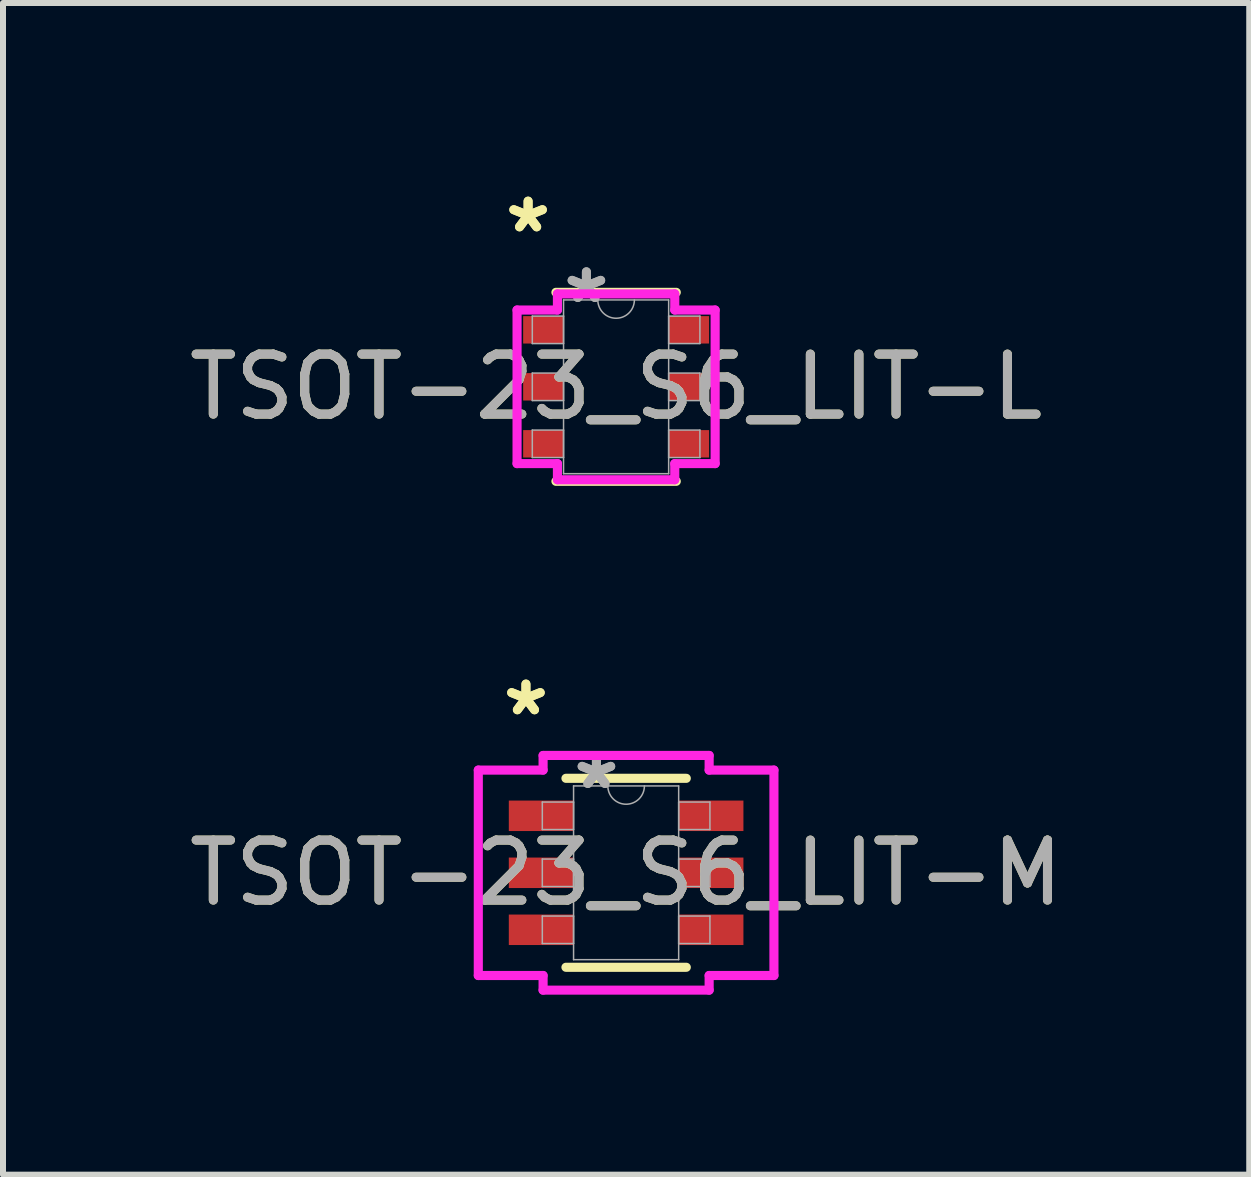
<source format=kicad_pcb>
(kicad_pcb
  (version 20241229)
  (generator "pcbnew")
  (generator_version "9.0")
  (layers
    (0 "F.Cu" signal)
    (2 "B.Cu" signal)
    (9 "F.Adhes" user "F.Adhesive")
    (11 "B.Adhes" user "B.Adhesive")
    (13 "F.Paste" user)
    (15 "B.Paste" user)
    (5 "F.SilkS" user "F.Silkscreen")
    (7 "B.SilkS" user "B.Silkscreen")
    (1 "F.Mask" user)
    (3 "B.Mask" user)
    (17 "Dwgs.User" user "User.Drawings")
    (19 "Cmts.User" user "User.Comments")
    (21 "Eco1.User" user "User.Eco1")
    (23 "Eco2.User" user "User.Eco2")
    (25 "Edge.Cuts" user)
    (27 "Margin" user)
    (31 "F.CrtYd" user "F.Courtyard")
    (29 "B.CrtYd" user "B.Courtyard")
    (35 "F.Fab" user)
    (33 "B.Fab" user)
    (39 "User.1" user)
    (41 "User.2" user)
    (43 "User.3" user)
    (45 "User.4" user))
  (footprint "TSOT-23_S6_LIT-L"
    (layer "F.Cu")
    (at 7.22 3.398)
    (property "Reference" "TSOT-23_S6_LIT-L" (at 0 0 0) (unlocked yes) (layer "F.SilkS") (effects (font (size 1 1) (thickness 0.15))))
    (attr smd)
    (fp_line (start -1.003 1.575) (end 1.003 1.575) (stroke (width 0.152) (type solid)) (layer "F.SilkS"))
    (fp_line (start 1.003 -1.575) (end -1.003 -1.575) (stroke (width 0.152) (type solid)) (layer "F.SilkS"))
    (fp_line (start -1.651 -1.28) (end -0.978 -1.28) (stroke (width 0.152) (type solid)) (layer "F.CrtYd"))
    (fp_line (start -1.651 1.28) (end -1.651 -1.28) (stroke (width 0.152) (type solid)) (layer "F.CrtYd"))
    (fp_line (start -1.651 1.28) (end -0.978 1.28) (stroke (width 0.152) (type solid)) (layer "F.CrtYd"))
    (fp_line (start -0.978 -1.549) (end 0.978 -1.549) (stroke (width 0.152) (type solid)) (layer "F.CrtYd"))
    (fp_line (start -0.978 -1.28) (end -0.978 -1.549) (stroke (width 0.152) (type solid)) (layer "F.CrtYd"))
    (fp_line (start -0.978 1.549) (end -0.978 1.28) (stroke (width 0.152) (type solid)) (layer "F.CrtYd"))
    (fp_line (start 0.978 -1.549) (end 0.978 -1.28) (stroke (width 0.152) (type solid)) (layer "F.CrtYd"))
    (fp_line (start 0.978 1.28) (end 0.978 1.549) (stroke (width 0.152) (type solid)) (layer "F.CrtYd"))
    (fp_line (start 0.978 1.549) (end -0.978 1.549) (stroke (width 0.152) (type solid)) (layer "F.CrtYd"))
    (fp_line (start 1.651 -1.28) (end 0.978 -1.28) (stroke (width 0.152) (type solid)) (layer "F.CrtYd"))
    (fp_line (start 1.651 -1.28) (end 1.651 1.28) (stroke (width 0.152) (type solid)) (layer "F.CrtYd"))
    (fp_line (start 1.651 1.28) (end 0.978 1.28) (stroke (width 0.152) (type solid)) (layer "F.CrtYd"))
    (fp_line (start -1.397 -1.179) (end -1.397 -0.721) (stroke (width 0.025) (type solid)) (layer "F.Fab"))
    (fp_line (start -1.397 -0.721) (end -0.876 -0.721) (stroke (width 0.025) (type solid)) (layer "F.Fab"))
    (fp_line (start -1.397 -0.229) (end -1.397 0.229) (stroke (width 0.025) (type solid)) (layer "F.Fab"))
    (fp_line (start -1.397 0.229) (end -0.876 0.229) (stroke (width 0.025) (type solid)) (layer "F.Fab"))
    (fp_line (start -1.397 0.721) (end -1.397 1.179) (stroke (width 0.025) (type solid)) (layer "F.Fab"))
    (fp_line (start -1.397 1.179) (end -0.876 1.179) (stroke (width 0.025) (type solid)) (layer "F.Fab"))
    (fp_line (start -0.876 -1.448) (end -0.876 1.448) (stroke (width 0.025) (type solid)) (layer "F.Fab"))
    (fp_line (start -0.876 -1.179) (end -1.397 -1.179) (stroke (width 0.025) (type solid)) (layer "F.Fab"))
    (fp_line (start -0.876 -0.721) (end -0.876 -1.179) (stroke (width 0.025) (type solid)) (layer "F.Fab"))
    (fp_line (start -0.876 -0.229) (end -1.397 -0.229) (stroke (width 0.025) (type solid)) (layer "F.Fab"))
    (fp_line (start -0.876 0.229) (end -0.876 -0.229) (stroke (width 0.025) (type solid)) (layer "F.Fab"))
    (fp_line (start -0.876 0.721) (end -1.397 0.721) (stroke (width 0.025) (type solid)) (layer "F.Fab"))
    (fp_line (start -0.876 1.179) (end -0.876 0.721) (stroke (width 0.025) (type solid)) (layer "F.Fab"))
    (fp_line (start -0.876 1.448) (end 0.876 1.448) (stroke (width 0.025) (type solid)) (layer "F.Fab"))
    (fp_line (start 0.876 -1.448) (end -0.876 -1.448) (stroke (width 0.025) (type solid)) (layer "F.Fab"))
    (fp_line (start 0.876 -1.179) (end 0.876 -0.721) (stroke (width 0.025) (type solid)) (layer "F.Fab"))
    (fp_line (start 0.876 -0.721) (end 1.397 -0.721) (stroke (width 0.025) (type solid)) (layer "F.Fab"))
    (fp_line (start 0.876 -0.229) (end 0.876 0.229) (stroke (width 0.025) (type solid)) (layer "F.Fab"))
    (fp_line (start 0.876 0.229) (end 1.397 0.229) (stroke (width 0.025) (type solid)) (layer "F.Fab"))
    (fp_line (start 0.876 0.721) (end 0.876 1.179) (stroke (width 0.025) (type solid)) (layer "F.Fab"))
    (fp_line (start 0.876 1.179) (end 1.397 1.179) (stroke (width 0.025) (type solid)) (layer "F.Fab"))
    (fp_line (start 0.876 1.448) (end 0.876 -1.448) (stroke (width 0.025) (type solid)) (layer "F.Fab"))
    (fp_line (start 1.397 -1.179) (end 0.876 -1.179) (stroke (width 0.025) (type solid)) (layer "F.Fab"))
    (fp_line (start 1.397 -0.721) (end 1.397 -1.179) (stroke (width 0.025) (type solid)) (layer "F.Fab"))
    (fp_line (start 1.397 -0.229) (end 0.876 -0.229) (stroke (width 0.025) (type solid)) (layer "F.Fab"))
    (fp_line (start 1.397 0.229) (end 1.397 -0.229) (stroke (width 0.025) (type solid)) (layer "F.Fab"))
    (fp_line (start 1.397 0.721) (end 0.876 0.721) (stroke (width 0.025) (type solid)) (layer "F.Fab"))
    (fp_line (start 1.397 1.179) (end 1.397 0.721) (stroke (width 0.025) (type solid)) (layer "F.Fab"))
    (fp_arc (start 0.3048 -1.4478) (mid 0 -1.143) (end -0.3048 -1.4478) (stroke (width 0.0254) (type solid)) (layer "F.Fab"))
    (fp_text user "*" (at -1.467 -2.55 0) (unlocked yes) (layer "F.SilkS") (effects (font (size 1 1) (thickness 0.15))))
    (fp_text user "*" (at -1.467 -2.55 0) (layer "F.SilkS") (effects (font (size 1 1) (thickness 0.15))))
    (fp_text user "*" (at -0.495 -1.372 0) (layer "F.Fab") (effects (font (size 1 1) (thickness 0.15))))
    (fp_text user "${REFERENCE}" (at 0 0 0) (unlocked yes) (layer "F.Fab") (effects (font (size 1 1) (thickness 0.15))))
    (fp_text user "*" (at -0.495 -1.372 0) (unlocked yes) (layer "F.Fab") (effects (font (size 1 1) (thickness 0.15))))
    (pad "1" smd rect (at -1.213 -0.95) (size 0.673 0.457) (layers "F.Cu" "F.Mask" "F.Paste"))
    (pad "2" smd rect (at -1.213 0) (size 0.673 0.457) (layers "F.Cu" "F.Mask" "F.Paste"))
    (pad "3" smd rect (at -1.213 0.95) (size 0.673 0.457) (layers "F.Cu" "F.Mask" "F.Paste"))
    (pad "4" smd rect (at 1.213 0.95) (size 0.673 0.457) (layers "F.Cu" "F.Mask" "F.Paste"))
    (pad "5" smd rect (at 1.213 0) (size 0.673 0.457) (layers "F.Cu" "F.Mask" "F.Paste"))
    (pad "6" smd rect (at 1.213 -0.95) (size 0.673 0.457) (layers "F.Cu" "F.Mask" "F.Paste")))
  (footprint "TSOT-23_S6_LIT-M"
    (layer "F.Cu")
    (at 7.387 11.499)
    (property "Reference" "TSOT-23_S6_LIT-M" (at 0 0 0) (unlocked yes) (layer "F.SilkS") (effects (font (size 1 1) (thickness 0.15))))
    (attr smd)
    (fp_line (start -1.003 1.575) (end 1.003 1.575) (stroke (width 0.152) (type solid)) (layer "F.SilkS"))
    (fp_line (start 1.003 -1.575) (end -1.003 -1.575) (stroke (width 0.152) (type solid)) (layer "F.SilkS"))
    (fp_line (start -2.464 -1.712) (end -1.384 -1.712) (stroke (width 0.152) (type solid)) (layer "F.CrtYd"))
    (fp_line (start -2.464 1.712) (end -2.464 -1.712) (stroke (width 0.152) (type solid)) (layer "F.CrtYd"))
    (fp_line (start -2.464 1.712) (end -1.384 1.712) (stroke (width 0.152) (type solid)) (layer "F.CrtYd"))
    (fp_line (start -1.384 -1.956) (end 1.384 -1.956) (stroke (width 0.152) (type solid)) (layer "F.CrtYd"))
    (fp_line (start -1.384 -1.712) (end -1.384 -1.956) (stroke (width 0.152) (type solid)) (layer "F.CrtYd"))
    (fp_line (start -1.384 1.956) (end -1.384 1.712) (stroke (width 0.152) (type solid)) (layer "F.CrtYd"))
    (fp_line (start 1.384 -1.956) (end 1.384 -1.712) (stroke (width 0.152) (type solid)) (layer "F.CrtYd"))
    (fp_line (start 1.384 1.712) (end 1.384 1.956) (stroke (width 0.152) (type solid)) (layer "F.CrtYd"))
    (fp_line (start 1.384 1.956) (end -1.384 1.956) (stroke (width 0.152) (type solid)) (layer "F.CrtYd"))
    (fp_line (start 2.464 -1.712) (end 1.384 -1.712) (stroke (width 0.152) (type solid)) (layer "F.CrtYd"))
    (fp_line (start 2.464 -1.712) (end 2.464 1.712) (stroke (width 0.152) (type solid)) (layer "F.CrtYd"))
    (fp_line (start 2.464 1.712) (end 1.384 1.712) (stroke (width 0.152) (type solid)) (layer "F.CrtYd"))
    (fp_line (start -1.397 -1.179) (end -1.397 -0.721) (stroke (width 0.025) (type solid)) (layer "F.Fab"))
    (fp_line (start -1.397 -0.721) (end -0.876 -0.721) (stroke (width 0.025) (type solid)) (layer "F.Fab"))
    (fp_line (start -1.397 -0.229) (end -1.397 0.229) (stroke (width 0.025) (type solid)) (layer "F.Fab"))
    (fp_line (start -1.397 0.229) (end -0.876 0.229) (stroke (width 0.025) (type solid)) (layer "F.Fab"))
    (fp_line (start -1.397 0.721) (end -1.397 1.179) (stroke (width 0.025) (type solid)) (layer "F.Fab"))
    (fp_line (start -1.397 1.179) (end -0.876 1.179) (stroke (width 0.025) (type solid)) (layer "F.Fab"))
    (fp_line (start -0.876 -1.448) (end -0.876 1.448) (stroke (width 0.025) (type solid)) (layer "F.Fab"))
    (fp_line (start -0.876 -1.179) (end -1.397 -1.179) (stroke (width 0.025) (type solid)) (layer "F.Fab"))
    (fp_line (start -0.876 -0.721) (end -0.876 -1.179) (stroke (width 0.025) (type solid)) (layer "F.Fab"))
    (fp_line (start -0.876 -0.229) (end -1.397 -0.229) (stroke (width 0.025) (type solid)) (layer "F.Fab"))
    (fp_line (start -0.876 0.229) (end -0.876 -0.229) (stroke (width 0.025) (type solid)) (layer "F.Fab"))
    (fp_line (start -0.876 0.721) (end -1.397 0.721) (stroke (width 0.025) (type solid)) (layer "F.Fab"))
    (fp_line (start -0.876 1.179) (end -0.876 0.721) (stroke (width 0.025) (type solid)) (layer "F.Fab"))
    (fp_line (start -0.876 1.448) (end 0.876 1.448) (stroke (width 0.025) (type solid)) (layer "F.Fab"))
    (fp_line (start 0.876 -1.448) (end -0.876 -1.448) (stroke (width 0.025) (type solid)) (layer "F.Fab"))
    (fp_line (start 0.876 -1.179) (end 0.876 -0.721) (stroke (width 0.025) (type solid)) (layer "F.Fab"))
    (fp_line (start 0.876 -0.721) (end 1.397 -0.721) (stroke (width 0.025) (type solid)) (layer "F.Fab"))
    (fp_line (start 0.876 -0.229) (end 0.876 0.229) (stroke (width 0.025) (type solid)) (layer "F.Fab"))
    (fp_line (start 0.876 0.229) (end 1.397 0.229) (stroke (width 0.025) (type solid)) (layer "F.Fab"))
    (fp_line (start 0.876 0.721) (end 0.876 1.179) (stroke (width 0.025) (type solid)) (layer "F.Fab"))
    (fp_line (start 0.876 1.179) (end 1.397 1.179) (stroke (width 0.025) (type solid)) (layer "F.Fab"))
    (fp_line (start 0.876 1.448) (end 0.876 -1.448) (stroke (width 0.025) (type solid)) (layer "F.Fab"))
    (fp_line (start 1.397 -1.179) (end 0.876 -1.179) (stroke (width 0.025) (type solid)) (layer "F.Fab"))
    (fp_line (start 1.397 -0.721) (end 1.397 -1.179) (stroke (width 0.025) (type solid)) (layer "F.Fab"))
    (fp_line (start 1.397 -0.229) (end 0.876 -0.229) (stroke (width 0.025) (type solid)) (layer "F.Fab"))
    (fp_line (start 1.397 0.229) (end 1.397 -0.229) (stroke (width 0.025) (type solid)) (layer "F.Fab"))
    (fp_line (start 1.397 0.721) (end 0.876 0.721) (stroke (width 0.025) (type solid)) (layer "F.Fab"))
    (fp_line (start 1.397 1.179) (end 1.397 0.721) (stroke (width 0.025) (type solid)) (layer "F.Fab"))
    (fp_arc (start 0.3048 -1.4478) (mid 0 -1.143) (end -0.3048 -1.4478) (stroke (width 0.0254) (type solid)) (layer "F.Fab"))
    (fp_text user "*" (at -1.67 -2.601 0) (unlocked yes) (layer "F.SilkS") (effects (font (size 1 1) (thickness 0.15))))
    (fp_text user "*" (at -1.67 -2.601 0) (layer "F.SilkS") (effects (font (size 1 1) (thickness 0.15))))
    (fp_text user "${REFERENCE}" (at 0 0 0) (unlocked yes) (layer "F.Fab") (effects (font (size 1 1) (thickness 0.15))))
    (fp_text user "*" (at -0.495 -1.372 0) (unlocked yes) (layer "F.Fab") (effects (font (size 1 1) (thickness 0.15))))
    (fp_text user "*" (at -0.495 -1.372 0) (layer "F.Fab") (effects (font (size 1 1) (thickness 0.15))))
    (pad "1" smd rect (at -1.416 -0.95) (size 1.079 0.508) (layers "F.Cu" "F.Mask" "F.Paste"))
    (pad "2" smd rect (at -1.416 0) (size 1.079 0.508) (layers "F.Cu" "F.Mask" "F.Paste"))
    (pad "3" smd rect (at -1.416 0.95) (size 1.079 0.508) (layers "F.Cu" "F.Mask" "F.Paste"))
    (pad "4" smd rect (at 1.416 0.95) (size 1.079 0.508) (layers "F.Cu" "F.Mask" "F.Paste"))
    (pad "5" smd rect (at 1.416 0) (size 1.079 0.508) (layers "F.Cu" "F.Mask" "F.Paste"))
    (pad "6" smd rect (at 1.416 -0.95) (size 1.079 0.508) (layers "F.Cu" "F.Mask" "F.Paste")))
  (gr_rect
    (start -3 -3)
    (end 17.774 16.531)
    (stroke (width 0.1) (type default))
    (fill no)
    (layer "Edge.Cuts")))
</source>
